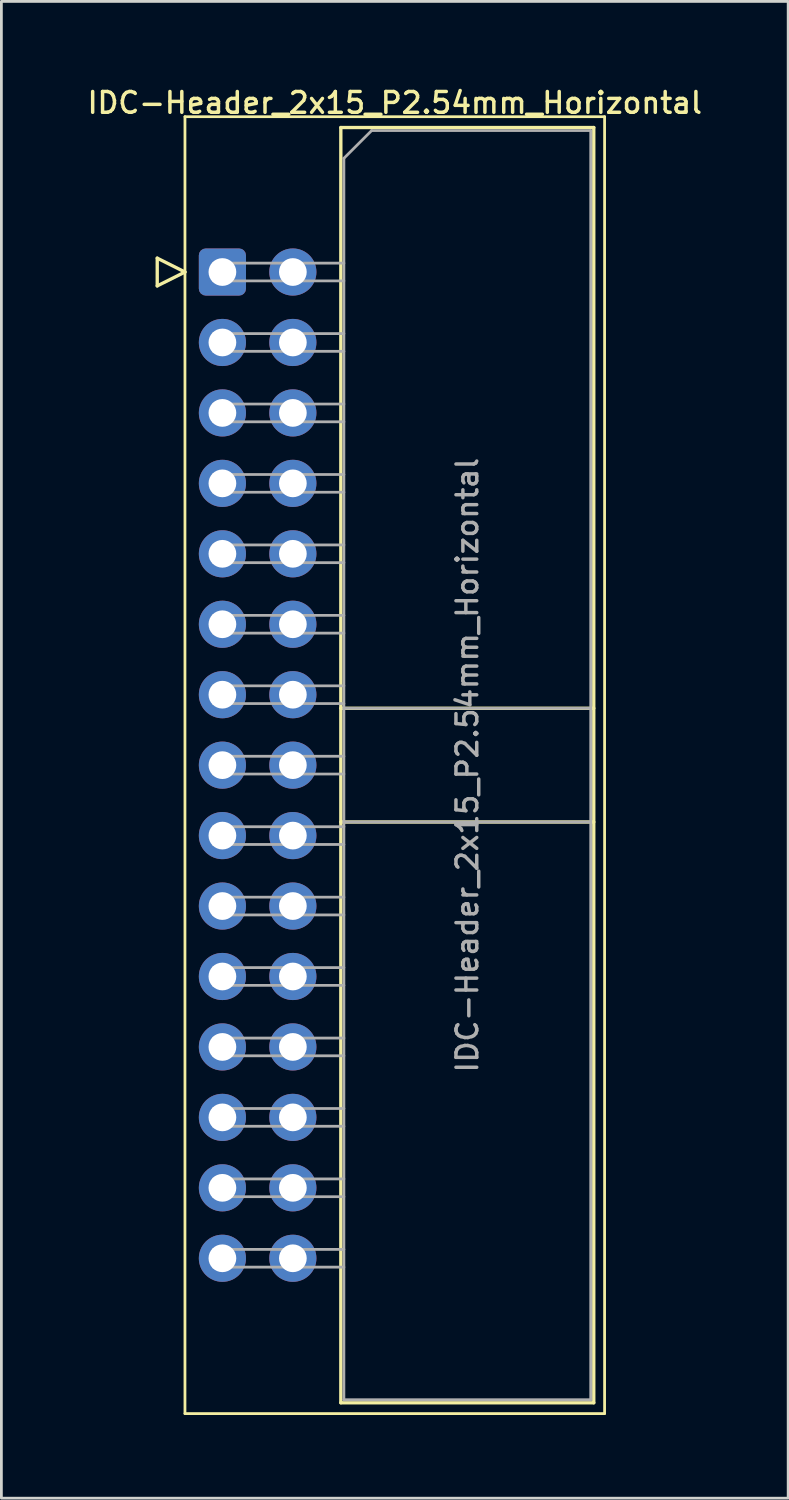
<source format=kicad_pcb>
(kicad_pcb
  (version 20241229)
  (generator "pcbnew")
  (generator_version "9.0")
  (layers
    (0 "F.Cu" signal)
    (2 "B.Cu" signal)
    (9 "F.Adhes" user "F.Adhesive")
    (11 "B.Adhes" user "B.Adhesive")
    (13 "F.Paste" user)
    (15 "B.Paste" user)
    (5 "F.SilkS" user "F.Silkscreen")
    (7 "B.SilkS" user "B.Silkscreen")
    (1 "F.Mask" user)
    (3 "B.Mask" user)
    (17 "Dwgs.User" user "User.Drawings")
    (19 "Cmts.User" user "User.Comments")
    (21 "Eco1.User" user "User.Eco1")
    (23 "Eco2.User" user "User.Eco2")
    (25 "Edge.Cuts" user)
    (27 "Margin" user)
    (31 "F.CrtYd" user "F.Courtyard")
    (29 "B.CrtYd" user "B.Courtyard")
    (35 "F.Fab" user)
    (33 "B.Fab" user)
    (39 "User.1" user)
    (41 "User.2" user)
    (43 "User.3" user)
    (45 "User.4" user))
  (footprint "IDC-Header_2x15_P2.54mm_Horizontal"
    (layer "F.Cu")
    (at 4.969 6.758)
    (property "Reference" "IDC-Header_2x15_P2.54mm_Horizontal" (at 6.215 -6.1 0) (layer "F.SilkS") (effects (font (size 0.75 0.75) (thickness 0.125))))
    (attr through_hole)
    (fp_line (start -2.35 -0.5) (end -2.35 0.5) (stroke (width 0.12) (type solid)) (layer "F.SilkS"))
    (fp_line (start -2.35 0.5) (end -1.35 0) (stroke (width 0.12) (type solid)) (layer "F.SilkS"))
    (fp_line (start -1.35 -5.6) (end -1.35 41.16) (stroke (width 0.1) (type solid)) (layer "F.SilkS"))
    (fp_line (start -1.35 0) (end -2.35 -0.5) (stroke (width 0.12) (type solid)) (layer "F.SilkS"))
    (fp_line (start -1.35 41.16) (end 13.78 41.16) (stroke (width 0.1) (type solid)) (layer "F.SilkS"))
    (fp_line (start 4.27 -5.21) (end 13.39 -5.21) (stroke (width 0.12) (type solid)) (layer "F.SilkS"))
    (fp_line (start 4.27 15.73) (end 13.39 15.73) (stroke (width 0.12) (type solid)) (layer "F.SilkS"))
    (fp_line (start 4.27 19.83) (end 13.39 19.83) (stroke (width 0.12) (type solid)) (layer "F.SilkS"))
    (fp_line (start 4.27 40.77) (end 4.27 -5.21) (stroke (width 0.12) (type solid)) (layer "F.SilkS"))
    (fp_line (start 13.39 -5.21) (end 13.39 40.77) (stroke (width 0.12) (type solid)) (layer "F.SilkS"))
    (fp_line (start 13.39 40.77) (end 4.27 40.77) (stroke (width 0.12) (type solid)) (layer "F.SilkS"))
    (fp_line (start 13.78 -5.6) (end -1.35 -5.6) (stroke (width 0.1) (type solid)) (layer "F.SilkS"))
    (fp_line (start 13.78 41.16) (end 13.78 -5.6) (stroke (width 0.1) (type solid)) (layer "F.SilkS"))
    (fp_line (start -0.32 -0.32) (end -0.32 0.32) (stroke (width 0.1) (type solid)) (layer "F.Fab"))
    (fp_line (start -0.32 0.32) (end 4.38 0.32) (stroke (width 0.1) (type solid)) (layer "F.Fab"))
    (fp_line (start -0.32 2.22) (end -0.32 2.86) (stroke (width 0.1) (type solid)) (layer "F.Fab"))
    (fp_line (start -0.32 2.86) (end 4.38 2.86) (stroke (width 0.1) (type solid)) (layer "F.Fab"))
    (fp_line (start -0.32 4.76) (end -0.32 5.4) (stroke (width 0.1) (type solid)) (layer "F.Fab"))
    (fp_line (start -0.32 5.4) (end 4.38 5.4) (stroke (width 0.1) (type solid)) (layer "F.Fab"))
    (fp_line (start -0.32 7.3) (end -0.32 7.94) (stroke (width 0.1) (type solid)) (layer "F.Fab"))
    (fp_line (start -0.32 7.94) (end 4.38 7.94) (stroke (width 0.1) (type solid)) (layer "F.Fab"))
    (fp_line (start -0.32 9.84) (end -0.32 10.48) (stroke (width 0.1) (type solid)) (layer "F.Fab"))
    (fp_line (start -0.32 10.48) (end 4.38 10.48) (stroke (width 0.1) (type solid)) (layer "F.Fab"))
    (fp_line (start -0.32 12.38) (end -0.32 13.02) (stroke (width 0.1) (type solid)) (layer "F.Fab"))
    (fp_line (start -0.32 13.02) (end 4.38 13.02) (stroke (width 0.1) (type solid)) (layer "F.Fab"))
    (fp_line (start -0.32 14.92) (end -0.32 15.56) (stroke (width 0.1) (type solid)) (layer "F.Fab"))
    (fp_line (start -0.32 15.56) (end 4.38 15.56) (stroke (width 0.1) (type solid)) (layer "F.Fab"))
    (fp_line (start -0.32 17.46) (end -0.32 18.1) (stroke (width 0.1) (type solid)) (layer "F.Fab"))
    (fp_line (start -0.32 18.1) (end 4.38 18.1) (stroke (width 0.1) (type solid)) (layer "F.Fab"))
    (fp_line (start -0.32 20) (end -0.32 20.64) (stroke (width 0.1) (type solid)) (layer "F.Fab"))
    (fp_line (start -0.32 20.64) (end 4.38 20.64) (stroke (width 0.1) (type solid)) (layer "F.Fab"))
    (fp_line (start -0.32 22.54) (end -0.32 23.18) (stroke (width 0.1) (type solid)) (layer "F.Fab"))
    (fp_line (start -0.32 23.18) (end 4.38 23.18) (stroke (width 0.1) (type solid)) (layer "F.Fab"))
    (fp_line (start -0.32 25.08) (end -0.32 25.72) (stroke (width 0.1) (type solid)) (layer "F.Fab"))
    (fp_line (start -0.32 25.72) (end 4.38 25.72) (stroke (width 0.1) (type solid)) (layer "F.Fab"))
    (fp_line (start -0.32 27.62) (end -0.32 28.26) (stroke (width 0.1) (type solid)) (layer "F.Fab"))
    (fp_line (start -0.32 28.26) (end 4.38 28.26) (stroke (width 0.1) (type solid)) (layer "F.Fab"))
    (fp_line (start -0.32 30.16) (end -0.32 30.8) (stroke (width 0.1) (type solid)) (layer "F.Fab"))
    (fp_line (start -0.32 30.8) (end 4.38 30.8) (stroke (width 0.1) (type solid)) (layer "F.Fab"))
    (fp_line (start -0.32 32.7) (end -0.32 33.34) (stroke (width 0.1) (type solid)) (layer "F.Fab"))
    (fp_line (start -0.32 33.34) (end 4.38 33.34) (stroke (width 0.1) (type solid)) (layer "F.Fab"))
    (fp_line (start -0.32 35.24) (end -0.32 35.88) (stroke (width 0.1) (type solid)) (layer "F.Fab"))
    (fp_line (start -0.32 35.88) (end 4.38 35.88) (stroke (width 0.1) (type solid)) (layer "F.Fab"))
    (fp_line (start 4.38 -4.1) (end 5.38 -5.1) (stroke (width 0.1) (type solid)) (layer "F.Fab"))
    (fp_line (start 4.38 -0.32) (end -0.32 -0.32) (stroke (width 0.1) (type solid)) (layer "F.Fab"))
    (fp_line (start 4.38 2.22) (end -0.32 2.22) (stroke (width 0.1) (type solid)) (layer "F.Fab"))
    (fp_line (start 4.38 4.76) (end -0.32 4.76) (stroke (width 0.1) (type solid)) (layer "F.Fab"))
    (fp_line (start 4.38 7.3) (end -0.32 7.3) (stroke (width 0.1) (type solid)) (layer "F.Fab"))
    (fp_line (start 4.38 9.84) (end -0.32 9.84) (stroke (width 0.1) (type solid)) (layer "F.Fab"))
    (fp_line (start 4.38 12.38) (end -0.32 12.38) (stroke (width 0.1) (type solid)) (layer "F.Fab"))
    (fp_line (start 4.38 14.92) (end -0.32 14.92) (stroke (width 0.1) (type solid)) (layer "F.Fab"))
    (fp_line (start 4.38 15.73) (end 13.28 15.73) (stroke (width 0.1) (type solid)) (layer "F.Fab"))
    (fp_line (start 4.38 17.46) (end -0.32 17.46) (stroke (width 0.1) (type solid)) (layer "F.Fab"))
    (fp_line (start 4.38 19.83) (end 13.28 19.83) (stroke (width 0.1) (type solid)) (layer "F.Fab"))
    (fp_line (start 4.38 20) (end -0.32 20) (stroke (width 0.1) (type solid)) (layer "F.Fab"))
    (fp_line (start 4.38 22.54) (end -0.32 22.54) (stroke (width 0.1) (type solid)) (layer "F.Fab"))
    (fp_line (start 4.38 25.08) (end -0.32 25.08) (stroke (width 0.1) (type solid)) (layer "F.Fab"))
    (fp_line (start 4.38 27.62) (end -0.32 27.62) (stroke (width 0.1) (type solid)) (layer "F.Fab"))
    (fp_line (start 4.38 30.16) (end -0.32 30.16) (stroke (width 0.1) (type solid)) (layer "F.Fab"))
    (fp_line (start 4.38 32.7) (end -0.32 32.7) (stroke (width 0.1) (type solid)) (layer "F.Fab"))
    (fp_line (start 4.38 35.24) (end -0.32 35.24) (stroke (width 0.1) (type solid)) (layer "F.Fab"))
    (fp_line (start 4.38 40.66) (end 4.38 -4.1) (stroke (width 0.1) (type solid)) (layer "F.Fab"))
    (fp_line (start 5.38 -5.1) (end 13.28 -5.1) (stroke (width 0.1) (type solid)) (layer "F.Fab"))
    (fp_line (start 13.28 -5.1) (end 13.28 40.66) (stroke (width 0.1) (type solid)) (layer "F.Fab"))
    (fp_line (start 13.28 40.66) (end 4.38 40.66) (stroke (width 0.1) (type solid)) (layer "F.Fab"))
    (fp_text user "${REFERENCE}" (at 8.83 17.78 90) (layer "F.Fab") (effects (font (size 0.75 0.75) (thickness 0.125))))
    (pad "1" thru_hole roundrect (at 0 0) (size 1.7 1.7) (drill 1) (layers "*.Cu" "*.Mask") (roundrect_rratio 0.147))
    (pad "2" thru_hole circle (at 2.54 0) (size 1.7 1.7) (drill 1) (layers "*.Cu" "*.Mask"))
    (pad "3" thru_hole circle (at 0 2.54) (size 1.7 1.7) (drill 1) (layers "*.Cu" "*.Mask"))
    (pad "4" thru_hole circle (at 2.54 2.54) (size 1.7 1.7) (drill 1) (layers "*.Cu" "*.Mask"))
    (pad "5" thru_hole circle (at 0 5.08) (size 1.7 1.7) (drill 1) (layers "*.Cu" "*.Mask"))
    (pad "6" thru_hole circle (at 2.54 5.08) (size 1.7 1.7) (drill 1) (layers "*.Cu" "*.Mask"))
    (pad "7" thru_hole circle (at 0 7.62) (size 1.7 1.7) (drill 1) (layers "*.Cu" "*.Mask"))
    (pad "8" thru_hole circle (at 2.54 7.62) (size 1.7 1.7) (drill 1) (layers "*.Cu" "*.Mask"))
    (pad "9" thru_hole circle (at 0 10.16) (size 1.7 1.7) (drill 1) (layers "*.Cu" "*.Mask"))
    (pad "10" thru_hole circle (at 2.54 10.16) (size 1.7 1.7) (drill 1) (layers "*.Cu" "*.Mask"))
    (pad "11" thru_hole circle (at 0 12.7) (size 1.7 1.7) (drill 1) (layers "*.Cu" "*.Mask"))
    (pad "12" thru_hole circle (at 2.54 12.7) (size 1.7 1.7) (drill 1) (layers "*.Cu" "*.Mask"))
    (pad "13" thru_hole circle (at 0 15.24) (size 1.7 1.7) (drill 1) (layers "*.Cu" "*.Mask"))
    (pad "14" thru_hole circle (at 2.54 15.24) (size 1.7 1.7) (drill 1) (layers "*.Cu" "*.Mask"))
    (pad "15" thru_hole circle (at 0 17.78) (size 1.7 1.7) (drill 1) (layers "*.Cu" "*.Mask"))
    (pad "16" thru_hole circle (at 2.54 17.78) (size 1.7 1.7) (drill 1) (layers "*.Cu" "*.Mask"))
    (pad "17" thru_hole circle (at 0 20.32) (size 1.7 1.7) (drill 1) (layers "*.Cu" "*.Mask"))
    (pad "18" thru_hole circle (at 2.54 20.32) (size 1.7 1.7) (drill 1) (layers "*.Cu" "*.Mask"))
    (pad "19" thru_hole circle (at 0 22.86) (size 1.7 1.7) (drill 1) (layers "*.Cu" "*.Mask"))
    (pad "20" thru_hole circle (at 2.54 22.86) (size 1.7 1.7) (drill 1) (layers "*.Cu" "*.Mask"))
    (pad "21" thru_hole circle (at 0 25.4) (size 1.7 1.7) (drill 1) (layers "*.Cu" "*.Mask"))
    (pad "22" thru_hole circle (at 2.54 25.4) (size 1.7 1.7) (drill 1) (layers "*.Cu" "*.Mask"))
    (pad "23" thru_hole circle (at 0 27.94) (size 1.7 1.7) (drill 1) (layers "*.Cu" "*.Mask"))
    (pad "24" thru_hole circle (at 2.54 27.94) (size 1.7 1.7) (drill 1) (layers "*.Cu" "*.Mask"))
    (pad "25" thru_hole circle (at 0 30.48) (size 1.7 1.7) (drill 1) (layers "*.Cu" "*.Mask"))
    (pad "26" thru_hole circle (at 2.54 30.48) (size 1.7 1.7) (drill 1) (layers "*.Cu" "*.Mask"))
    (pad "27" thru_hole circle (at 0 33.02) (size 1.7 1.7) (drill 1) (layers "*.Cu" "*.Mask"))
    (pad "28" thru_hole circle (at 2.54 33.02) (size 1.7 1.7) (drill 1) (layers "*.Cu" "*.Mask"))
    (pad "29" thru_hole circle (at 0 35.56) (size 1.7 1.7) (drill 1) (layers "*.Cu" "*.Mask"))
    (pad "30" thru_hole circle (at 2.54 35.56) (size 1.7 1.7) (drill 1) (layers "*.Cu" "*.Mask")))
  (gr_rect
    (start -3 -3)
    (end 25.368 50.968)
    (stroke (width 0.1) (type default))
    (fill no)
    (layer "Edge.Cuts")))
</source>
